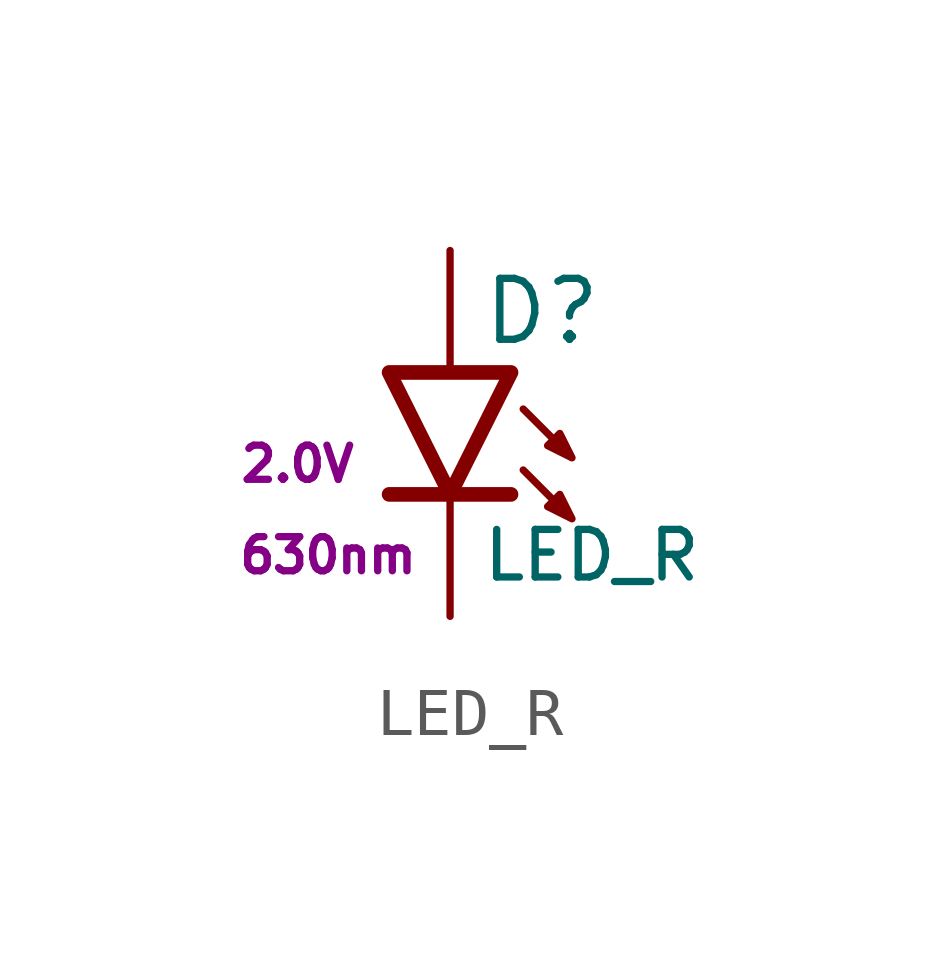
<source format=kicad_sym>
(kicad_symbol_lib
  (version 20211014)
  (generator kicad_symbol_editor)
  (symbol "LED_R"
    (pin_numbers hide)
    (pin_names
      (offset 0.254) hide)
    (property "Reference" "D"
      (at 0.635 2.54 0)
      (effects (font (size 1.27 1.27)) (justify left)))
    (property "Value" "LED_R"
      (at 0.635 -2.54 0)
      (effects (font (size 0.991 0.991)) (justify left)))
    (property "Vd" "2.0V"
      (at -3.175 -0.635 0)
      (effects (font (size 0.711 0.711))))
    (property "Wavelength" "630nm"
      (at -2.54 -2.54 0)
      (effects (font (size 0.711 0.711))))
    (symbol "LED_R_1_1"
      (polyline (pts (xy 1.27 -1.27) (xy -1.27 -1.27)) (stroke (width 0.305) (type default) (color 0 0 0 0)) (fill (type none)))
      (polyline (pts (xy 1.27 1.27) (xy -1.27 1.27) (xy 0 -1.27) (xy 1.27 1.27)) (stroke (width 0.305) (type default) (color 0 0 0 0)) (fill (type none)))
      (polyline (pts (xy 1.524 -0.762) (xy 2.54 -1.778) (xy 2.286 -1.27) (xy 2.032 -1.524) (xy 2.54 -1.778)) (stroke (width 0) (type default) (color 0 0 0 0)) (fill (type none)))
      (polyline (pts (xy 1.524 0.508) (xy 2.54 -0.508) (xy 2.286 0) (xy 2.032 -0.254) (xy 2.54 -0.508)) (stroke (width 0) (type default) (color 0 0 0 0)) (fill (type none)))
      (pin passive line (at 0 -3.81 90) (length 2.54) (name "K" (effects (font (size 1.27 1.27)))) (number "1" (effects (font (size 1.27 1.27)))))
      (pin passive line (at 0 3.81 270) (length 2.54) (name "A" (effects (font (size 1.27 1.27)))) (number "2" (effects (font (size 1.27 1.27))))))))
</source>
